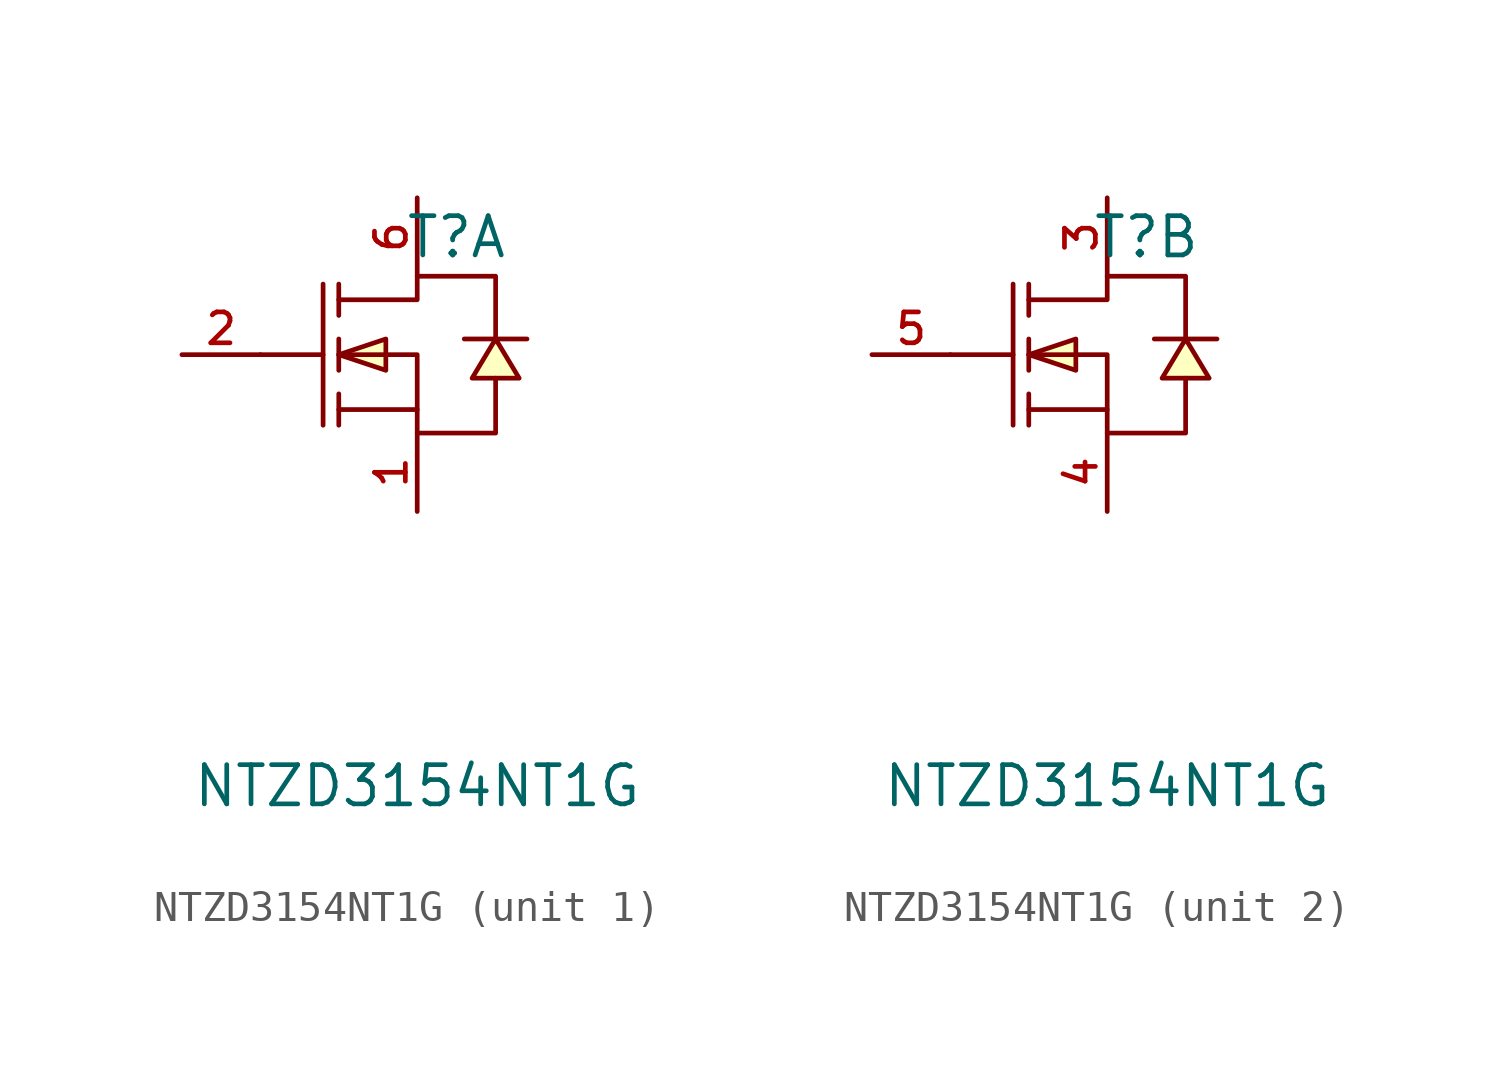
<source format=kicad_sym>
(kicad_symbol_lib
  (version 20220914)
  (generator kicad_symbol_editor)
  (symbol "NTZD3154NT1G"
    (pin_names hide)
    (property "Reference" "T"
      (at 1.27 3.81 0)
      (effects (font (size 1.27 1.27))))
    (property "Value" "NTZD3154NT1G"
      (at 0 -13.97 0)
      (effects (font (size 1.27 1.27))))
    (property "ki_locked" ""
      (at 0 0 0)
      (effects (font (size 1.27 1.27))))
    (symbol "NTZD3154NT1G_0_1"
      (polyline (pts (xy -5.08 0) (xy -3.048 0)) (stroke (width 0) (type default)) (fill (type none)))
      (polyline (pts (xy -3.048 2.286) (xy -3.048 -2.286)) (stroke (width 0) (type default)) (fill (type none)))
      (polyline (pts (xy -2.54 -2.286) (xy -2.54 -1.27)) (stroke (width 0) (type default)) (fill (type none)))
      (polyline (pts (xy -2.54 -0.508) (xy -2.54 0.508)) (stroke (width 0) (type default)) (fill (type none)))
      (polyline (pts (xy -2.54 2.286) (xy -2.54 1.27)) (stroke (width 0) (type default)) (fill (type none)))
      (polyline (pts (xy 0 -1.778) (xy -2.54 -1.778)) (stroke (width 0) (type default)) (fill (type none)))
      (polyline (pts (xy -2.54 0) (xy -1.016 -0.508) (xy -1.016 0.508) (xy -2.54 0)) (stroke (width 0) (type default)) (fill (type background)))
      (polyline (pts (xy 2.54 0.508) (xy 1.778 -0.762) (xy 3.302 -0.762) (xy 2.54 0.508)) (stroke (width 0) (type default)) (fill (type background)))
      (polyline (pts (xy 3.556 0.508) (xy 3.048 0.508) (xy 2.032 0.508) (xy 1.524 0.508)) (stroke (width 0) (type default)) (fill (type none)))
      (polyline (pts (xy -2.54 0) (xy 0 0) (xy 0 -2.54) (xy 2.54 -2.54) (xy 2.54 -0.762)) (stroke (width 0) (type default)) (fill (type none)))
      (polyline (pts (xy -2.54 1.778) (xy 0 1.778) (xy 0 2.54) (xy 2.54 2.54) (xy 2.54 0.508)) (stroke (width 0) (type default)) (fill (type none))))
    (symbol "NTZD3154NT1G_1_1"
      (pin unspecified line (at 0 -5.08 90) (length 2.54) (name "S1" (effects (font (size 1 1)))) (number "1" (effects (font (size 1 1)))))
      (pin unspecified line (at -7.62 0 0) (length 2.54) (name "G1" (effects (font (size 1 1)))) (number "2" (effects (font (size 1 1)))))
      (pin unspecified line (at 0 5.08 270) (length 2.54) (name "D1" (effects (font (size 1 1)))) (number "6" (effects (font (size 1 1))))))
    (symbol "NTZD3154NT1G_2_1"
      (pin unspecified line (at 0 5.08 270) (length 2.54) (name "D2" (effects (font (size 1 1)))) (number "3" (effects (font (size 1 1)))))
      (pin unspecified line (at 0 -5.08 90) (length 2.54) (name "S2" (effects (font (size 1 1)))) (number "4" (effects (font (size 1 1)))))
      (pin unspecified line (at -7.62 0 0) (length 2.54) (name "G2" (effects (font (size 1 1)))) (number "5" (effects (font (size 1 1))))))))
</source>
